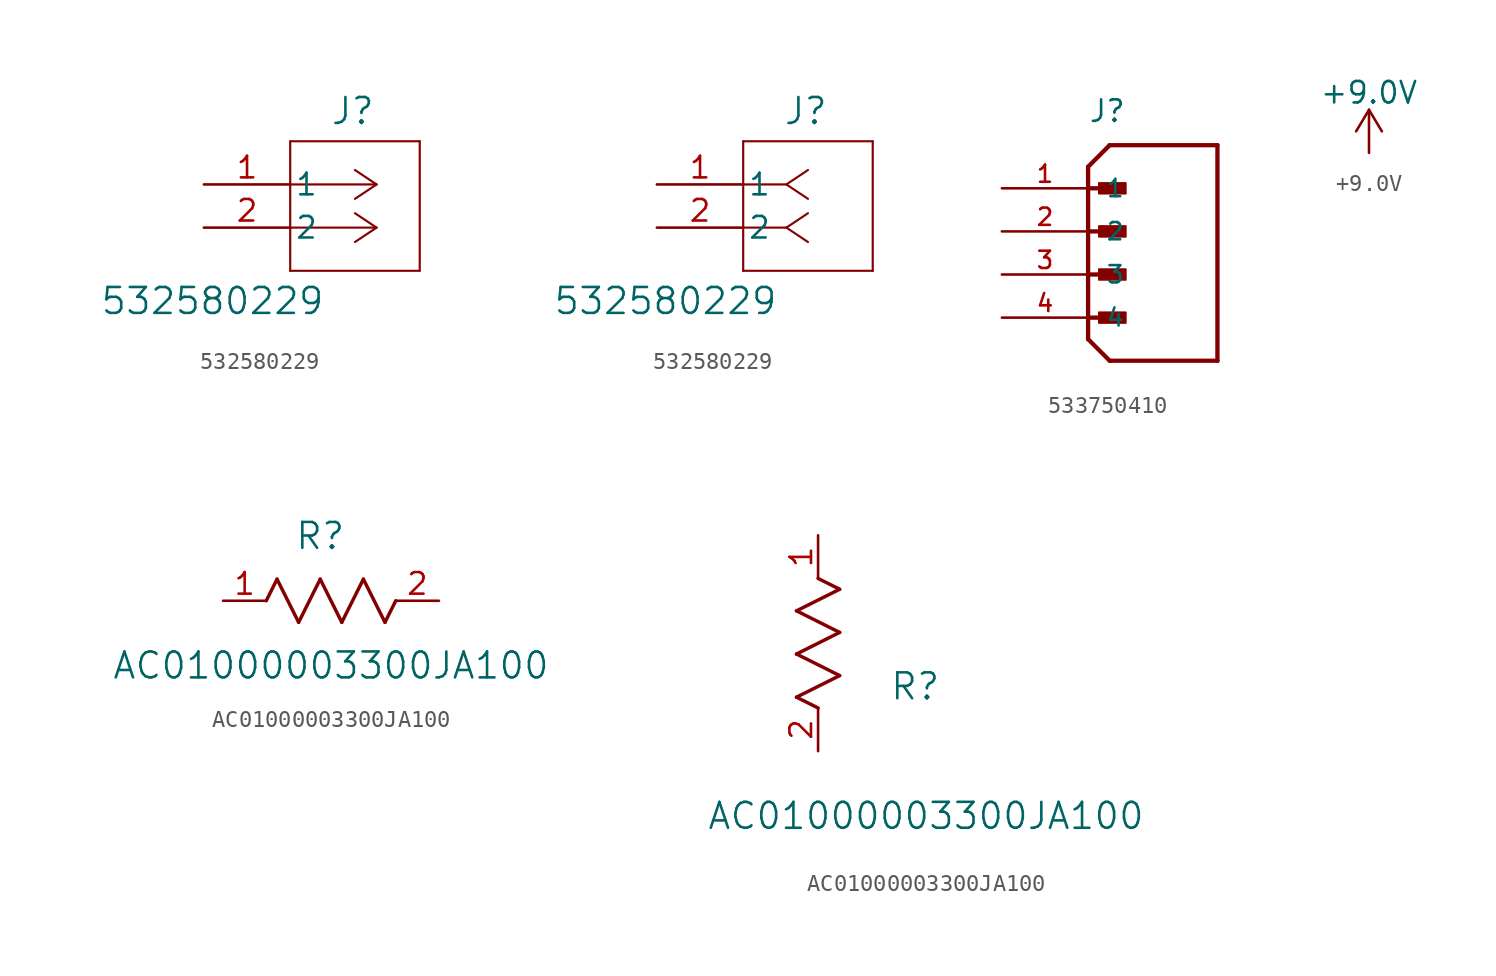
<source format=kicad_sym>
(kicad_symbol_lib
  (version 20231120)
  (generator "kicad_symbol_editor")
  (generator_version "8.0")
  (symbol "532580229"
    (pin_names
      (offset 0.254))
    (property "Reference" "J"
      (at 8.763 4.318 0)
      (effects (font (size 1.524 1.524))))
    (property "Value" "532580229"
      (at 0.508 -6.858 0)
      (effects (font (size 1.524 1.524))))
    (symbol "532580229_1_1"
      (polyline (pts (xy 5.08 -5.08) (xy 12.7 -5.08)) (stroke (width 0.127) (type default)) (fill (type none)))
      (polyline (pts (xy 5.08 2.54) (xy 5.08 -5.08)) (stroke (width 0.127) (type default)) (fill (type none)))
      (polyline (pts (xy 10.16 -2.54) (xy 5.08 -2.54)) (stroke (width 0.127) (type default)) (fill (type none)))
      (polyline (pts (xy 10.16 -2.54) (xy 8.89 -3.387)) (stroke (width 0.127) (type default)) (fill (type none)))
      (polyline (pts (xy 10.16 -2.54) (xy 8.89 -1.693)) (stroke (width 0.127) (type default)) (fill (type none)))
      (polyline (pts (xy 10.16 0) (xy 5.08 0)) (stroke (width 0.127) (type default)) (fill (type none)))
      (polyline (pts (xy 10.16 0) (xy 8.89 -0.847)) (stroke (width 0.127) (type default)) (fill (type none)))
      (polyline (pts (xy 10.16 0) (xy 8.89 0.847)) (stroke (width 0.127) (type default)) (fill (type none)))
      (polyline (pts (xy 12.7 -5.08) (xy 12.7 2.54)) (stroke (width 0.127) (type default)) (fill (type none)))
      (polyline (pts (xy 12.7 2.54) (xy 5.08 2.54)) (stroke (width 0.127) (type default)) (fill (type none)))
      (pin unspecified line (at 0 0 0) (length 5.08) (name "1" (effects (font (size 1.27 1.27)))) (number "1" (effects (font (size 1.27 1.27)))))
      (pin unspecified line (at 0 -2.54 0) (length 5.08) (name "2" (effects (font (size 1.27 1.27)))) (number "2" (effects (font (size 1.27 1.27))))))
    (symbol "532580229_1_2"
      (polyline (pts (xy 5.08 -5.08) (xy 12.7 -5.08)) (stroke (width 0.127) (type default)) (fill (type none)))
      (polyline (pts (xy 5.08 2.54) (xy 5.08 -5.08)) (stroke (width 0.127) (type default)) (fill (type none)))
      (polyline (pts (xy 7.62 -2.54) (xy 5.08 -2.54)) (stroke (width 0.127) (type default)) (fill (type none)))
      (polyline (pts (xy 7.62 -2.54) (xy 8.89 -3.387)) (stroke (width 0.127) (type default)) (fill (type none)))
      (polyline (pts (xy 7.62 -2.54) (xy 8.89 -1.693)) (stroke (width 0.127) (type default)) (fill (type none)))
      (polyline (pts (xy 7.62 0) (xy 5.08 0)) (stroke (width 0.127) (type default)) (fill (type none)))
      (polyline (pts (xy 7.62 0) (xy 8.89 -0.847)) (stroke (width 0.127) (type default)) (fill (type none)))
      (polyline (pts (xy 7.62 0) (xy 8.89 0.847)) (stroke (width 0.127) (type default)) (fill (type none)))
      (polyline (pts (xy 12.7 -5.08) (xy 12.7 2.54)) (stroke (width 0.127) (type default)) (fill (type none)))
      (polyline (pts (xy 12.7 2.54) (xy 5.08 2.54)) (stroke (width 0.127) (type default)) (fill (type none)))
      (pin unspecified line (at 0 0 0) (length 5.08) (name "1" (effects (font (size 1.27 1.27)))) (number "1" (effects (font (size 1.27 1.27)))))
      (pin unspecified line (at 0 -2.54 0) (length 5.08) (name "2" (effects (font (size 1.27 1.27)))) (number "2" (effects (font (size 1.27 1.27)))))))
  (symbol "533750410"
    (pin_names
      (offset 1.016))
    (property "Reference" "J"
      (at 0 6.35 0)
      (effects (font (size 1.27 1.27)) (justify left bottom)))
    (symbol "533750410_0_0"
      (polyline (pts (xy 0 -6.35) (xy 1.27 -7.62)) (stroke (width 0.254) (type default)) (fill (type none)))
      (polyline (pts (xy 0 -5.08) (xy 1.905 -5.08)) (stroke (width 0.254) (type default)) (fill (type none)))
      (polyline (pts (xy 0 -2.54) (xy 1.905 -2.54)) (stroke (width 0.254) (type default)) (fill (type none)))
      (polyline (pts (xy 0 0) (xy 1.905 0)) (stroke (width 0.254) (type default)) (fill (type none)))
      (polyline (pts (xy 0 2.54) (xy 0 -6.35)) (stroke (width 0.254) (type default)) (fill (type none)))
      (polyline (pts (xy 0 2.54) (xy 1.905 2.54)) (stroke (width 0.254) (type default)) (fill (type none)))
      (polyline (pts (xy 0 3.81) (xy 0 2.54)) (stroke (width 0.254) (type default)) (fill (type none)))
      (polyline (pts (xy 0 3.81) (xy 1.27 5.08)) (stroke (width 0.254) (type default)) (fill (type none)))
      (polyline (pts (xy 1.27 -7.62) (xy 7.62 -7.62)) (stroke (width 0.254) (type default)) (fill (type none)))
      (polyline (pts (xy 7.62 -7.62) (xy 7.62 5.08)) (stroke (width 0.254) (type default)) (fill (type none)))
      (polyline (pts (xy 7.62 5.08) (xy 1.27 5.08)) (stroke (width 0.254) (type default)) (fill (type none)))
      (rectangle (start 0.635 -5.397) (end 2.223 -4.763) (stroke (width 0.1) (type default)) (fill (type outline)))
      (rectangle (start 0.635 -2.857) (end 2.223 -2.223) (stroke (width 0.1) (type default)) (fill (type outline)))
      (rectangle (start 0.635 -0.318) (end 2.223 0.318) (stroke (width 0.1) (type default)) (fill (type outline)))
      (rectangle (start 0.635 2.223) (end 2.223 2.857) (stroke (width 0.1) (type default)) (fill (type outline)))
      (pin passive line (at -5.08 2.54 0) (length 5.08) (name "1" (effects (font (size 1.016 1.016)))) (number "1" (effects (font (size 1.016 1.016)))))
      (pin passive line (at -5.08 0 0) (length 5.08) (name "2" (effects (font (size 1.016 1.016)))) (number "2" (effects (font (size 1.016 1.016)))))
      (pin passive line (at -5.08 -2.54 0) (length 5.08) (name "3" (effects (font (size 1.016 1.016)))) (number "3" (effects (font (size 1.016 1.016)))))
      (pin passive line (at -5.08 -5.08 0) (length 5.08) (name "4" (effects (font (size 1.016 1.016)))) (number "4" (effects (font (size 1.016 1.016)))))))
  (symbol "+9.0V"
    (power)
    (pin_names
      (offset 0))
    (property "Reference" "#PWR"
      (at 5.207 -4.191 0)
      (effects (font (size 1.27 1.27)) (hide yes)))
    (property "Value" "+9.0V"
      (at 0 3.556 0)
      (effects (font (size 1.27 1.27))))
    (symbol "+9.0V_0_1"
      (polyline (pts (xy -0.762 1.27) (xy 0 2.54)) (stroke (width 0) (type default)) (fill (type none)))
      (polyline (pts (xy 0 0) (xy 0 2.54)) (stroke (width 0) (type default)) (fill (type none)))
      (polyline (pts (xy 0 2.54) (xy 0.762 1.27)) (stroke (width 0) (type default)) (fill (type none))))
    (symbol "+9.0V_1_1"
      (pin power_in line (at 0 0 90) (length 0) hide (name "+9.0V" (effects (font (size 1.27 1.27)))) (number "1" (effects (font (size 1.27 1.27)))))))
  (symbol "AC01000003300JA100"
    (pin_names
      (offset 0.254))
    (property "Reference" "R"
      (at 5.715 3.81 0)
      (effects (font (size 1.524 1.524))))
    (property "Value" "AC01000003300JA100"
      (at 6.35 -3.81 0)
      (effects (font (size 1.524 1.524))))
    (property "ki_locked" ""
      (at 0 0 0)
      (effects (font (size 1.27 1.27))))
    (symbol "AC01000003300JA100_1_1"
      (polyline (pts (xy 2.54 0) (xy 3.175 1.27)) (stroke (width 0.203) (type default)) (fill (type none)))
      (polyline (pts (xy 3.175 1.27) (xy 4.445 -1.27)) (stroke (width 0.203) (type default)) (fill (type none)))
      (polyline (pts (xy 4.445 -1.27) (xy 5.715 1.27)) (stroke (width 0.203) (type default)) (fill (type none)))
      (polyline (pts (xy 5.715 1.27) (xy 6.985 -1.27)) (stroke (width 0.203) (type default)) (fill (type none)))
      (polyline (pts (xy 6.985 -1.27) (xy 8.255 1.27)) (stroke (width 0.203) (type default)) (fill (type none)))
      (polyline (pts (xy 8.255 1.27) (xy 9.525 -1.27)) (stroke (width 0.203) (type default)) (fill (type none)))
      (polyline (pts (xy 9.525 -1.27) (xy 10.16 0)) (stroke (width 0.203) (type default)) (fill (type none)))
      (pin unspecified line (at 0 0 0) (length 2.54) (name "" (effects (font (size 1.27 1.27)))) (number "1" (effects (font (size 1.27 1.27)))))
      (pin unspecified line (at 12.7 0 180) (length 2.54) (name "" (effects (font (size 1.27 1.27)))) (number "2" (effects (font (size 1.27 1.27))))))
    (symbol "AC01000003300JA100_1_2"
      (polyline (pts (xy -1.27 3.175) (xy 1.27 4.445)) (stroke (width 0.203) (type default)) (fill (type none)))
      (polyline (pts (xy -1.27 5.715) (xy 1.27 6.985)) (stroke (width 0.203) (type default)) (fill (type none)))
      (polyline (pts (xy -1.27 8.255) (xy 1.27 9.525)) (stroke (width 0.203) (type default)) (fill (type none)))
      (polyline (pts (xy 0 2.54) (xy -1.27 3.175)) (stroke (width 0.203) (type default)) (fill (type none)))
      (polyline (pts (xy 1.27 4.445) (xy -1.27 5.715)) (stroke (width 0.203) (type default)) (fill (type none)))
      (polyline (pts (xy 1.27 6.985) (xy -1.27 8.255)) (stroke (width 0.203) (type default)) (fill (type none)))
      (polyline (pts (xy 1.27 9.525) (xy 0 10.16)) (stroke (width 0.203) (type default)) (fill (type none)))
      (pin unspecified line (at 0 12.7 270) (length 2.54) (name "" (effects (font (size 1.27 1.27)))) (number "1" (effects (font (size 1.27 1.27)))))
      (pin unspecified line (at 0 0 90) (length 2.54) (name "" (effects (font (size 1.27 1.27)))) (number "2" (effects (font (size 1.27 1.27))))))))
</source>
